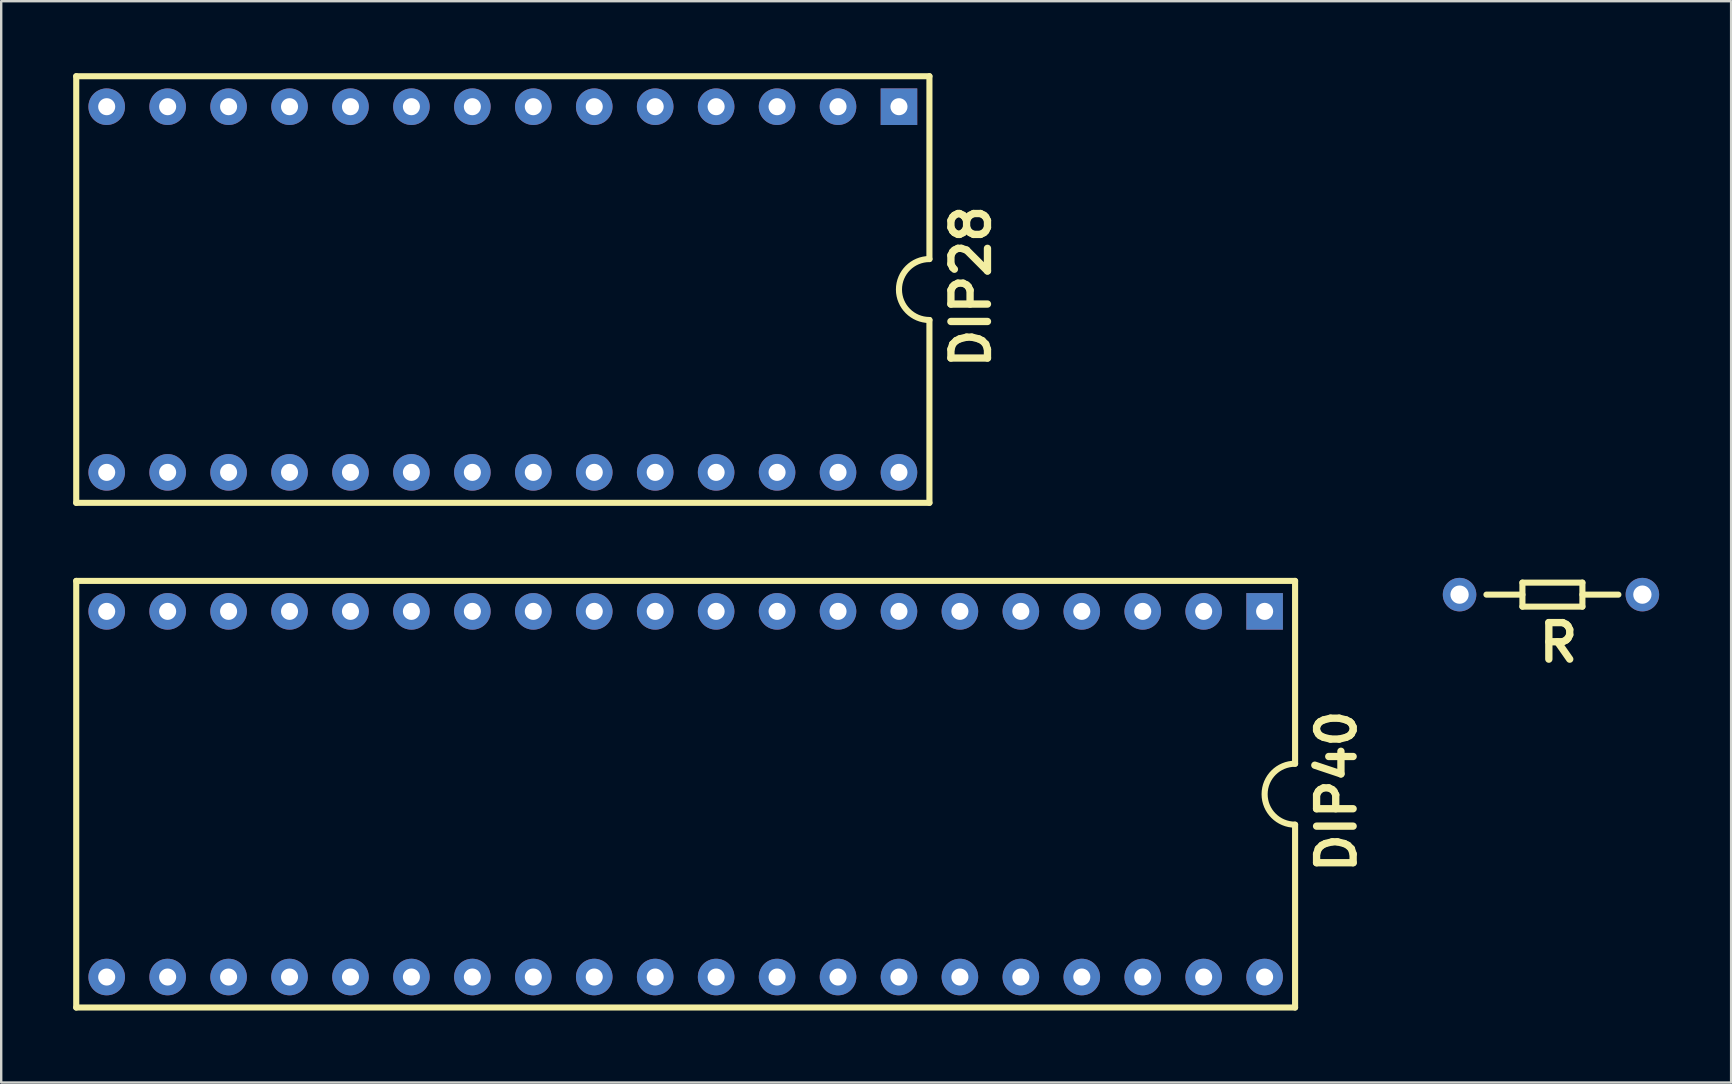
<source format=kicad_pcb>
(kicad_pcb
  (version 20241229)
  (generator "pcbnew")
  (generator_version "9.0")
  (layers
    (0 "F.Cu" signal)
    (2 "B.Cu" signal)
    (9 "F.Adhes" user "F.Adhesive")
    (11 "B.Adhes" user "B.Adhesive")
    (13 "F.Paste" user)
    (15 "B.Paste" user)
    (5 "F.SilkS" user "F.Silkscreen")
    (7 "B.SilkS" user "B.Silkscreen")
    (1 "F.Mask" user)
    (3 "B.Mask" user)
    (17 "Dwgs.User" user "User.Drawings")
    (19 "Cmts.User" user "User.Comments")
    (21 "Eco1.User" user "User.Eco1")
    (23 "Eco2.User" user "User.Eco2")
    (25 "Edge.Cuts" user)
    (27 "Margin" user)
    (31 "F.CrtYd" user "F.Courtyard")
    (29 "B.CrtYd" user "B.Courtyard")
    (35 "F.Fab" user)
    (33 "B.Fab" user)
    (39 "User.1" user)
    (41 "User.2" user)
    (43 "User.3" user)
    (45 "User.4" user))
  (footprint "DIP40"
    (layer "F.Cu")
    (at 49.657 22.431)
    (property "Reference" "DIP40" (at 3 7.5 90) (layer "F.SilkS") (effects (font (size 1.524 1.524) (thickness 0.305))))
    (attr through_hole)
    (fp_line (start -49.53 -1.27) (end -49.53 16.51) (stroke (width 0.254) (type solid)) (layer "F.SilkS"))
    (fp_line (start -49.53 -1.27) (end 1.27 -1.27) (stroke (width 0.254) (type solid)) (layer "F.SilkS"))
    (fp_line (start -49.53 16.51) (end 1.27 16.51) (stroke (width 0.254) (type solid)) (layer "F.SilkS"))
    (fp_line (start 1.27 -1.27) (end 1.27 6.35) (stroke (width 0.254) (type solid)) (layer "F.SilkS"))
    (fp_line (start 1.27 8.89) (end 1.27 16.51) (stroke (width 0.254) (type solid)) (layer "F.SilkS"))
    (fp_arc (start 1.27 8.89) (mid 0 7.62) (end 1.27 6.35) (stroke (width 0.254) (type solid)) (layer "F.SilkS"))
    (pad "1" thru_hole rect (at 0 0) (size 1.524 1.524) (drill 0.711) (layers "*.Cu" "*.Mask"))
    (pad "2" thru_hole circle (at -2.54 0) (size 1.524 1.524) (drill 0.711) (layers "*.Cu" "*.Mask"))
    (pad "3" thru_hole circle (at -5.08 0) (size 1.524 1.524) (drill 0.711) (layers "*.Cu" "*.Mask"))
    (pad "4" thru_hole circle (at -7.62 0) (size 1.524 1.524) (drill 0.711) (layers "*.Cu" "*.Mask"))
    (pad "5" thru_hole circle (at -10.16 0) (size 1.524 1.524) (drill 0.711) (layers "*.Cu" "*.Mask"))
    (pad "6" thru_hole circle (at -12.7 0) (size 1.524 1.524) (drill 0.711) (layers "*.Cu" "*.Mask"))
    (pad "7" thru_hole circle (at -15.24 0) (size 1.524 1.524) (drill 0.711) (layers "*.Cu" "*.Mask"))
    (pad "8" thru_hole circle (at -17.78 0) (size 1.524 1.524) (drill 0.711) (layers "*.Cu" "*.Mask"))
    (pad "9" thru_hole circle (at -20.32 0) (size 1.524 1.524) (drill 0.711) (layers "*.Cu" "*.Mask"))
    (pad "10" thru_hole circle (at -22.86 0) (size 1.524 1.524) (drill 0.711) (layers "*.Cu" "*.Mask"))
    (pad "11" thru_hole circle (at -25.4 0) (size 1.524 1.524) (drill 0.711) (layers "*.Cu" "*.Mask"))
    (pad "12" thru_hole circle (at -27.94 0) (size 1.524 1.524) (drill 0.711) (layers "*.Cu" "*.Mask"))
    (pad "13" thru_hole circle (at -30.48 0) (size 1.524 1.524) (drill 0.711) (layers "*.Cu" "*.Mask"))
    (pad "14" thru_hole circle (at -33.02 0) (size 1.524 1.524) (drill 0.711) (layers "*.Cu" "*.Mask"))
    (pad "15" thru_hole circle (at -35.56 0) (size 1.524 1.524) (drill 0.711) (layers "*.Cu" "*.Mask"))
    (pad "16" thru_hole circle (at -38.1 0) (size 1.524 1.524) (drill 0.711) (layers "*.Cu" "*.Mask"))
    (pad "17" thru_hole circle (at -40.64 0) (size 1.524 1.524) (drill 0.711) (layers "*.Cu" "*.Mask"))
    (pad "18" thru_hole circle (at -43.18 0) (size 1.524 1.524) (drill 0.711) (layers "*.Cu" "*.Mask"))
    (pad "19" thru_hole circle (at -45.72 0) (size 1.524 1.524) (drill 0.711) (layers "*.Cu" "*.Mask"))
    (pad "20" thru_hole circle (at -48.26 0) (size 1.524 1.524) (drill 0.711) (layers "*.Cu" "*.Mask"))
    (pad "21" thru_hole circle (at -48.26 15.24) (size 1.524 1.524) (drill 0.711) (layers "*.Cu" "*.Mask"))
    (pad "22" thru_hole circle (at -45.72 15.24) (size 1.524 1.524) (drill 0.711) (layers "*.Cu" "*.Mask"))
    (pad "23" thru_hole circle (at -43.18 15.24) (size 1.524 1.524) (drill 0.711) (layers "*.Cu" "*.Mask"))
    (pad "24" thru_hole circle (at -40.64 15.24) (size 1.524 1.524) (drill 0.711) (layers "*.Cu" "*.Mask"))
    (pad "25" thru_hole circle (at -38.1 15.24) (size 1.524 1.524) (drill 0.711) (layers "*.Cu" "*.Mask"))
    (pad "26" thru_hole circle (at -35.56 15.24) (size 1.524 1.524) (drill 0.711) (layers "*.Cu" "*.Mask"))
    (pad "27" thru_hole circle (at -33.02 15.24) (size 1.524 1.524) (drill 0.711) (layers "*.Cu" "*.Mask"))
    (pad "28" thru_hole circle (at -30.48 15.24) (size 1.524 1.524) (drill 0.711) (layers "*.Cu" "*.Mask"))
    (pad "29" thru_hole circle (at -27.94 15.24) (size 1.524 1.524) (drill 0.711) (layers "*.Cu" "*.Mask"))
    (pad "30" thru_hole circle (at -25.4 15.24) (size 1.524 1.524) (drill 0.711) (layers "*.Cu" "*.Mask"))
    (pad "31" thru_hole circle (at -22.86 15.24) (size 1.524 1.524) (drill 0.711) (layers "*.Cu" "*.Mask"))
    (pad "32" thru_hole circle (at -20.32 15.24) (size 1.524 1.524) (drill 0.711) (layers "*.Cu" "*.Mask"))
    (pad "33" thru_hole circle (at -17.78 15.24) (size 1.524 1.524) (drill 0.711) (layers "*.Cu" "*.Mask"))
    (pad "34" thru_hole circle (at -15.24 15.24) (size 1.524 1.524) (drill 0.711) (layers "*.Cu" "*.Mask"))
    (pad "35" thru_hole circle (at -12.7 15.24) (size 1.524 1.524) (drill 0.711) (layers "*.Cu" "*.Mask"))
    (pad "36" thru_hole circle (at -10.16 15.24) (size 1.524 1.524) (drill 0.711) (layers "*.Cu" "*.Mask"))
    (pad "37" thru_hole circle (at -7.62 15.24) (size 1.524 1.524) (drill 0.711) (layers "*.Cu" "*.Mask"))
    (pad "38" thru_hole circle (at -5.08 15.24) (size 1.524 1.524) (drill 0.711) (layers "*.Cu" "*.Mask"))
    (pad "39" thru_hole circle (at -2.54 15.24) (size 1.524 1.524) (drill 0.711) (layers "*.Cu" "*.Mask"))
    (pad "40" thru_hole circle (at 0 15.24) (size 1.524 1.524) (drill 0.711) (layers "*.Cu" "*.Mask")))
  (footprint "DIP28"
    (layer "F.Cu")
    (at 34.417 1.397)
    (property "Reference" "DIP28" (at 3 7.5 270) (layer "F.SilkS") (effects (font (size 1.524 1.524) (thickness 0.305))))
    (property "Value" "${Value}" (at -16.51 7.62 0) (layer "F.SilkS") (hide yes) (effects (font (size 1.524 1.524) (thickness 0.305))))
    (attr through_hole)
    (fp_line (start -34.29 -1.27) (end -34.29 16.51) (stroke (width 0.254) (type solid)) (layer "F.SilkS"))
    (fp_line (start -34.29 -1.27) (end 1.27 -1.27) (stroke (width 0.254) (type solid)) (layer "F.SilkS"))
    (fp_line (start -34.29 16.51) (end 1.27 16.51) (stroke (width 0.254) (type solid)) (layer "F.SilkS"))
    (fp_line (start 1.27 -1.27) (end 1.27 6.35) (stroke (width 0.254) (type solid)) (layer "F.SilkS"))
    (fp_line (start 1.27 8.89) (end 1.27 16.51) (stroke (width 0.254) (type solid)) (layer "F.SilkS"))
    (fp_arc (start 1.27 8.89) (mid 0 7.62) (end 1.27 6.35) (stroke (width 0.254) (type solid)) (layer "F.SilkS"))
    (pad "1" thru_hole rect (at 0 0) (size 1.524 1.524) (drill 0.711) (layers "*.Cu" "*.Mask"))
    (pad "2" thru_hole circle (at -2.54 0) (size 1.524 1.524) (drill 0.711) (layers "*.Cu" "*.Mask"))
    (pad "3" thru_hole circle (at -5.08 0) (size 1.524 1.524) (drill 0.711) (layers "*.Cu" "*.Mask"))
    (pad "4" thru_hole circle (at -7.62 0) (size 1.524 1.524) (drill 0.711) (layers "*.Cu" "*.Mask"))
    (pad "5" thru_hole circle (at -10.16 0) (size 1.524 1.524) (drill 0.711) (layers "*.Cu" "*.Mask"))
    (pad "6" thru_hole circle (at -12.7 0) (size 1.524 1.524) (drill 0.711) (layers "*.Cu" "*.Mask"))
    (pad "7" thru_hole circle (at -15.24 0) (size 1.524 1.524) (drill 0.711) (layers "*.Cu" "*.Mask"))
    (pad "8" thru_hole circle (at -17.78 0) (size 1.524 1.524) (drill 0.711) (layers "*.Cu" "*.Mask"))
    (pad "9" thru_hole circle (at -20.32 0) (size 1.524 1.524) (drill 0.711) (layers "*.Cu" "*.Mask"))
    (pad "10" thru_hole circle (at -22.86 0) (size 1.524 1.524) (drill 0.711) (layers "*.Cu" "*.Mask"))
    (pad "11" thru_hole circle (at -25.4 0) (size 1.524 1.524) (drill 0.711) (layers "*.Cu" "*.Mask"))
    (pad "12" thru_hole circle (at -27.94 0) (size 1.524 1.524) (drill 0.711) (layers "*.Cu" "*.Mask"))
    (pad "13" thru_hole circle (at -30.48 0) (size 1.524 1.524) (drill 0.711) (layers "*.Cu" "*.Mask"))
    (pad "14" thru_hole circle (at -33.02 0) (size 1.524 1.524) (drill 0.711) (layers "*.Cu" "*.Mask"))
    (pad "15" thru_hole circle (at -33.02 15.24) (size 1.524 1.524) (drill 0.711) (layers "*.Cu" "*.Mask"))
    (pad "16" thru_hole circle (at -30.48 15.24) (size 1.524 1.524) (drill 0.711) (layers "*.Cu" "*.Mask"))
    (pad "17" thru_hole circle (at -27.94 15.24) (size 1.524 1.524) (drill 0.711) (layers "*.Cu" "*.Mask"))
    (pad "18" thru_hole circle (at -25.4 15.24) (size 1.524 1.524) (drill 0.711) (layers "*.Cu" "*.Mask"))
    (pad "19" thru_hole circle (at -22.86 15.24) (size 1.524 1.524) (drill 0.711) (layers "*.Cu" "*.Mask"))
    (pad "20" thru_hole circle (at -20.32 15.24) (size 1.524 1.524) (drill 0.711) (layers "*.Cu" "*.Mask"))
    (pad "21" thru_hole circle (at -17.78 15.24) (size 1.524 1.524) (drill 0.711) (layers "*.Cu" "*.Mask"))
    (pad "22" thru_hole circle (at -15.24 15.24) (size 1.524 1.524) (drill 0.711) (layers "*.Cu" "*.Mask"))
    (pad "23" thru_hole circle (at -12.7 15.24) (size 1.524 1.524) (drill 0.711) (layers "*.Cu" "*.Mask"))
    (pad "24" thru_hole circle (at -10.16 15.24) (size 1.524 1.524) (drill 0.711) (layers "*.Cu" "*.Mask"))
    (pad "25" thru_hole circle (at -7.62 15.24) (size 1.524 1.524) (drill 0.711) (layers "*.Cu" "*.Mask"))
    (pad "26" thru_hole circle (at -5.08 15.24) (size 1.524 1.524) (drill 0.711) (layers "*.Cu" "*.Mask"))
    (pad "27" thru_hole circle (at -2.54 15.24) (size 1.524 1.524) (drill 0.711) (layers "*.Cu" "*.Mask"))
    (pad "28" thru_hole circle (at 0 15.24) (size 1.524 1.524) (drill 0.711) (layers "*.Cu" "*.Mask")))
  (footprint "R"
    (layer "F.Cu")
    (at 65.402 21.733)
    (property "Reference" "R" (at -3.5 2 0) (layer "F.SilkS") (effects (font (size 1.524 1.524) (thickness 0.305))))
    (property "Value" "${Value}" (at -3.5 0 0) (layer "F.Fab") (hide yes) (effects (font (size 1.524 1.524) (thickness 0.305))))
    (attr through_hole)
    (fp_line (start -6.5 0) (end -5 0) (stroke (width 0.254) (type solid)) (layer "F.SilkS"))
    (fp_line (start -5 -0.5) (end -5 0.5) (stroke (width 0.254) (type solid)) (layer "F.SilkS"))
    (fp_line (start -5 -0.5) (end -2.5 -0.5) (stroke (width 0.254) (type solid)) (layer "F.SilkS"))
    (fp_line (start -5 0.5) (end -2.5 0.5) (stroke (width 0.254) (type solid)) (layer "F.SilkS"))
    (fp_line (start -2.5 -0.5) (end -2.5 0.5) (stroke (width 0.254) (type solid)) (layer "F.SilkS"))
    (fp_line (start -2.5 0) (end -1 0) (stroke (width 0.254) (type solid)) (layer "F.SilkS"))
    (pad "1" thru_hole circle (at 0 0) (size 1.397 1.397) (drill 0.762) (layers "*.Cu" "*.Mask"))
    (pad "2" thru_hole circle (at -7.62 0) (size 1.397 1.397) (drill 0.762) (layers "*.Cu" "*.Mask")))
  (gr_rect
    (start -3 -3)
    (end 69.1 42.068)
    (stroke (width 0.1) (type default))
    (fill no)
    (layer "Edge.Cuts")))
</source>
